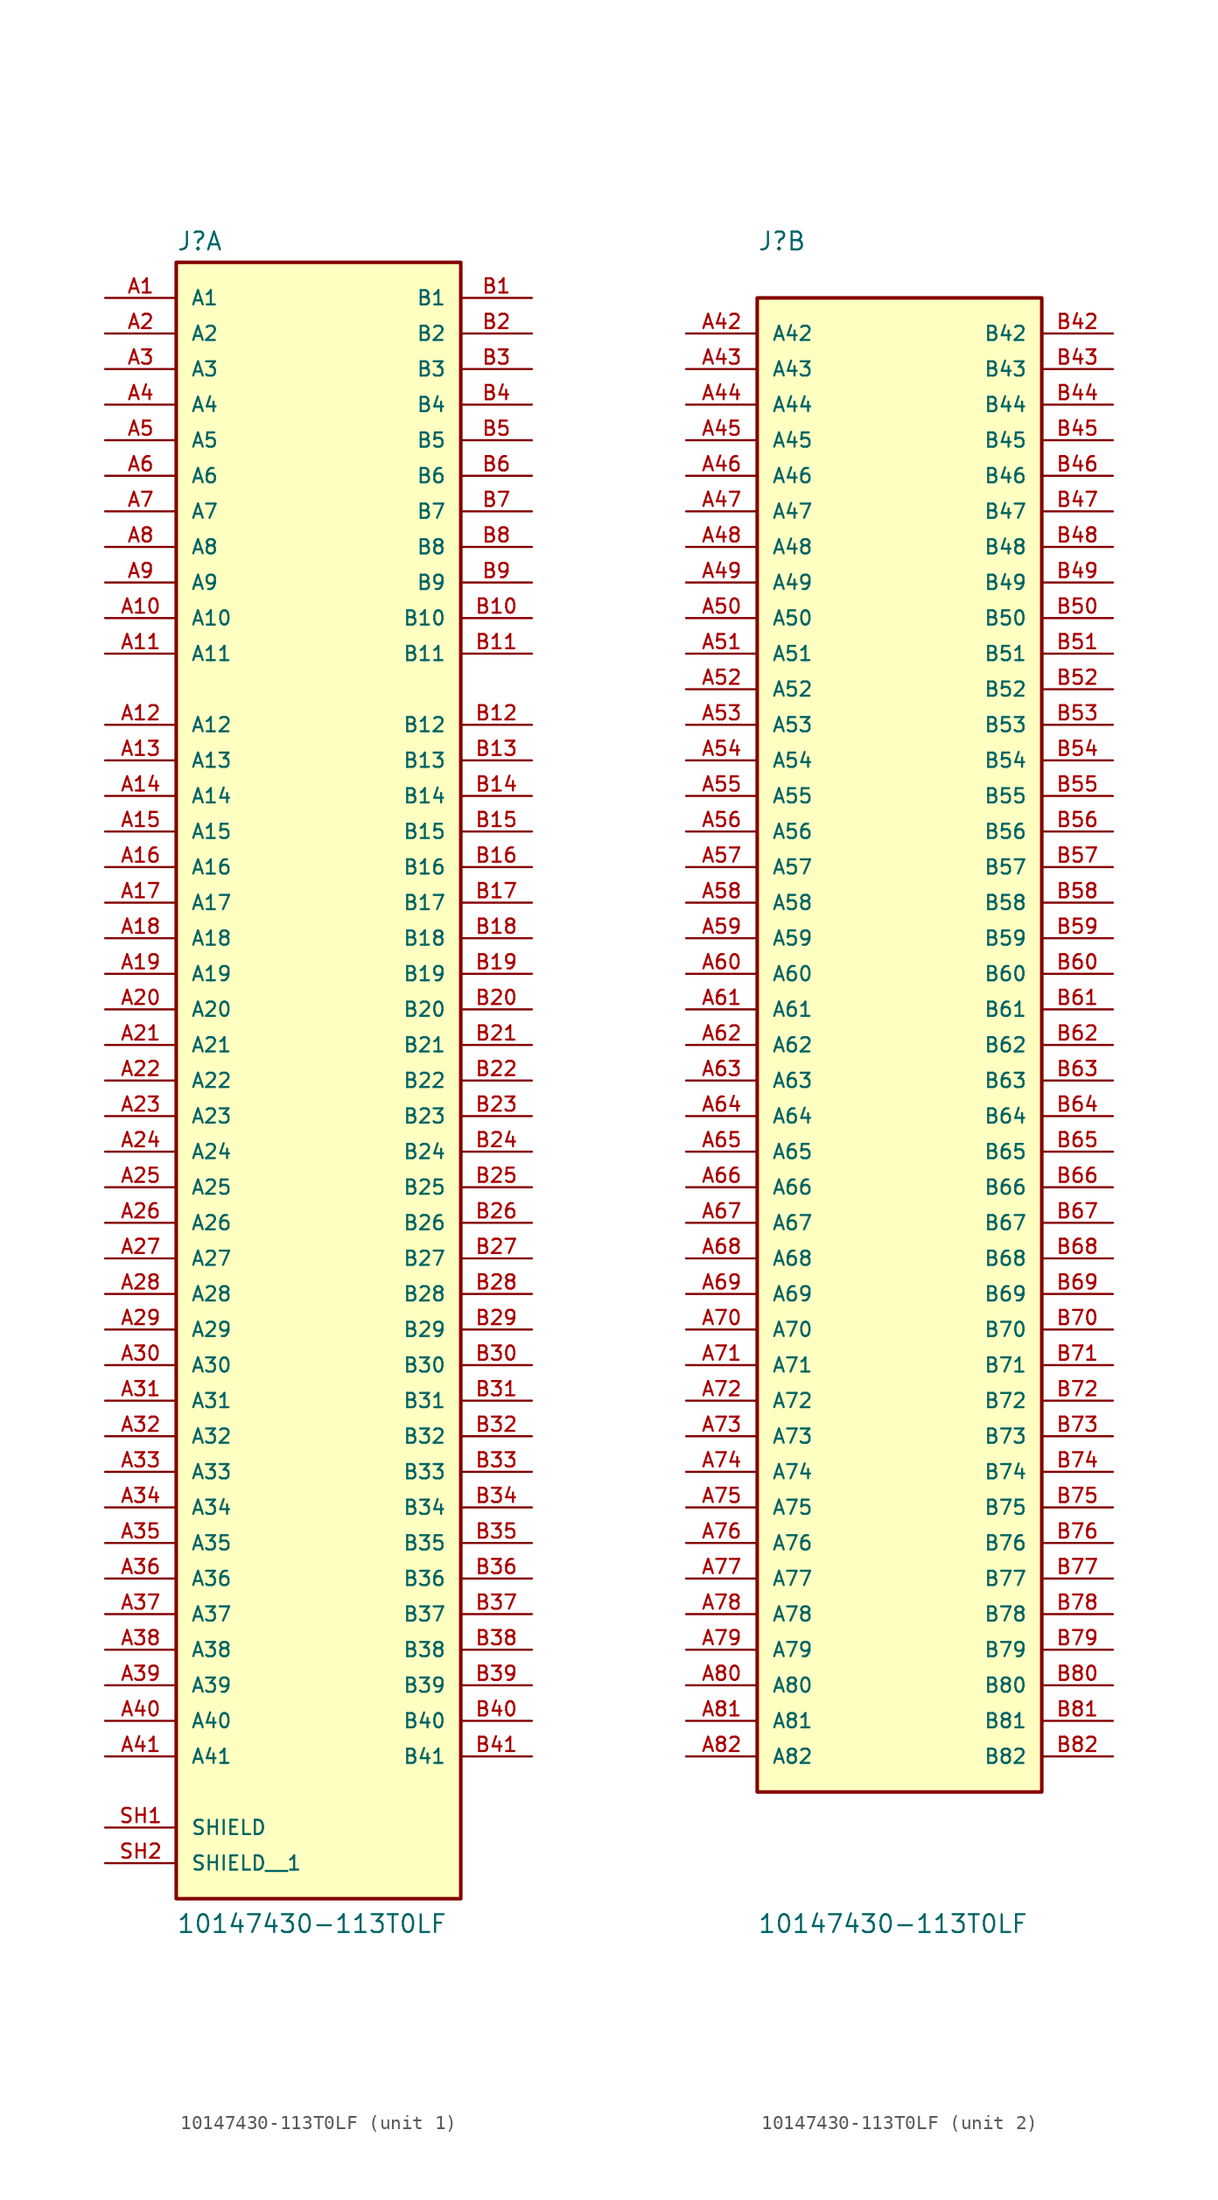
<source format=kicad_sym>
(kicad_symbol_lib
  (version 20231120)
  (generator "kicad_symbol_editor")
  (generator_version "8.0")
  (symbol "10147430-113T0LF"
    (pin_names
      (offset 1.016))
    (property "Reference" "J"
      (at -10.16 56.642 0)
      (effects (font (size 1.27 1.27)) (justify left bottom)))
    (property "Value" "10147430-113T0LF"
      (at -10.16 -63.5 0)
      (effects (font (size 1.27 1.27)) (justify left bottom)))
    (symbol "10147430-113T0LF_1_0"
      (rectangle (start -10.16 -60.96) (end 10.16 55.88) (stroke (width 0.254) (type default)) (fill (type background)))
      (pin passive line (at -15.24 53.34 0) (length 5.08) (name "A1" (effects (font (size 1.016 1.016)))) (number "A1" (effects (font (size 1.016 1.016)))))
      (pin passive line (at -15.24 30.48 0) (length 5.08) (name "A10" (effects (font (size 1.016 1.016)))) (number "A10" (effects (font (size 1.016 1.016)))))
      (pin passive line (at -15.24 27.94 0) (length 5.08) (name "A11" (effects (font (size 1.016 1.016)))) (number "A11" (effects (font (size 1.016 1.016)))))
      (pin passive line (at -15.24 22.86 0) (length 5.08) (name "A12" (effects (font (size 1.016 1.016)))) (number "A12" (effects (font (size 1.016 1.016)))))
      (pin passive line (at -15.24 20.32 0) (length 5.08) (name "A13" (effects (font (size 1.016 1.016)))) (number "A13" (effects (font (size 1.016 1.016)))))
      (pin passive line (at -15.24 17.78 0) (length 5.08) (name "A14" (effects (font (size 1.016 1.016)))) (number "A14" (effects (font (size 1.016 1.016)))))
      (pin passive line (at -15.24 15.24 0) (length 5.08) (name "A15" (effects (font (size 1.016 1.016)))) (number "A15" (effects (font (size 1.016 1.016)))))
      (pin passive line (at -15.24 12.7 0) (length 5.08) (name "A16" (effects (font (size 1.016 1.016)))) (number "A16" (effects (font (size 1.016 1.016)))))
      (pin passive line (at -15.24 10.16 0) (length 5.08) (name "A17" (effects (font (size 1.016 1.016)))) (number "A17" (effects (font (size 1.016 1.016)))))
      (pin passive line (at -15.24 7.62 0) (length 5.08) (name "A18" (effects (font (size 1.016 1.016)))) (number "A18" (effects (font (size 1.016 1.016)))))
      (pin passive line (at -15.24 5.08 0) (length 5.08) (name "A19" (effects (font (size 1.016 1.016)))) (number "A19" (effects (font (size 1.016 1.016)))))
      (pin passive line (at -15.24 50.8 0) (length 5.08) (name "A2" (effects (font (size 1.016 1.016)))) (number "A2" (effects (font (size 1.016 1.016)))))
      (pin passive line (at -15.24 2.54 0) (length 5.08) (name "A20" (effects (font (size 1.016 1.016)))) (number "A20" (effects (font (size 1.016 1.016)))))
      (pin passive line (at -15.24 0 0) (length 5.08) (name "A21" (effects (font (size 1.016 1.016)))) (number "A21" (effects (font (size 1.016 1.016)))))
      (pin passive line (at -15.24 -2.54 0) (length 5.08) (name "A22" (effects (font (size 1.016 1.016)))) (number "A22" (effects (font (size 1.016 1.016)))))
      (pin passive line (at -15.24 -5.08 0) (length 5.08) (name "A23" (effects (font (size 1.016 1.016)))) (number "A23" (effects (font (size 1.016 1.016)))))
      (pin passive line (at -15.24 -7.62 0) (length 5.08) (name "A24" (effects (font (size 1.016 1.016)))) (number "A24" (effects (font (size 1.016 1.016)))))
      (pin passive line (at -15.24 -10.16 0) (length 5.08) (name "A25" (effects (font (size 1.016 1.016)))) (number "A25" (effects (font (size 1.016 1.016)))))
      (pin passive line (at -15.24 -12.7 0) (length 5.08) (name "A26" (effects (font (size 1.016 1.016)))) (number "A26" (effects (font (size 1.016 1.016)))))
      (pin passive line (at -15.24 -15.24 0) (length 5.08) (name "A27" (effects (font (size 1.016 1.016)))) (number "A27" (effects (font (size 1.016 1.016)))))
      (pin passive line (at -15.24 -17.78 0) (length 5.08) (name "A28" (effects (font (size 1.016 1.016)))) (number "A28" (effects (font (size 1.016 1.016)))))
      (pin passive line (at -15.24 -20.32 0) (length 5.08) (name "A29" (effects (font (size 1.016 1.016)))) (number "A29" (effects (font (size 1.016 1.016)))))
      (pin passive line (at -15.24 48.26 0) (length 5.08) (name "A3" (effects (font (size 1.016 1.016)))) (number "A3" (effects (font (size 1.016 1.016)))))
      (pin passive line (at -15.24 -22.86 0) (length 5.08) (name "A30" (effects (font (size 1.016 1.016)))) (number "A30" (effects (font (size 1.016 1.016)))))
      (pin passive line (at -15.24 -25.4 0) (length 5.08) (name "A31" (effects (font (size 1.016 1.016)))) (number "A31" (effects (font (size 1.016 1.016)))))
      (pin passive line (at -15.24 -27.94 0) (length 5.08) (name "A32" (effects (font (size 1.016 1.016)))) (number "A32" (effects (font (size 1.016 1.016)))))
      (pin passive line (at -15.24 -30.48 0) (length 5.08) (name "A33" (effects (font (size 1.016 1.016)))) (number "A33" (effects (font (size 1.016 1.016)))))
      (pin passive line (at -15.24 -33.02 0) (length 5.08) (name "A34" (effects (font (size 1.016 1.016)))) (number "A34" (effects (font (size 1.016 1.016)))))
      (pin passive line (at -15.24 -35.56 0) (length 5.08) (name "A35" (effects (font (size 1.016 1.016)))) (number "A35" (effects (font (size 1.016 1.016)))))
      (pin passive line (at -15.24 -38.1 0) (length 5.08) (name "A36" (effects (font (size 1.016 1.016)))) (number "A36" (effects (font (size 1.016 1.016)))))
      (pin passive line (at -15.24 -40.64 0) (length 5.08) (name "A37" (effects (font (size 1.016 1.016)))) (number "A37" (effects (font (size 1.016 1.016)))))
      (pin passive line (at -15.24 -43.18 0) (length 5.08) (name "A38" (effects (font (size 1.016 1.016)))) (number "A38" (effects (font (size 1.016 1.016)))))
      (pin passive line (at -15.24 -45.72 0) (length 5.08) (name "A39" (effects (font (size 1.016 1.016)))) (number "A39" (effects (font (size 1.016 1.016)))))
      (pin passive line (at -15.24 45.72 0) (length 5.08) (name "A4" (effects (font (size 1.016 1.016)))) (number "A4" (effects (font (size 1.016 1.016)))))
      (pin passive line (at -15.24 -48.26 0) (length 5.08) (name "A40" (effects (font (size 1.016 1.016)))) (number "A40" (effects (font (size 1.016 1.016)))))
      (pin passive line (at -15.24 -50.8 0) (length 5.08) (name "A41" (effects (font (size 1.016 1.016)))) (number "A41" (effects (font (size 1.016 1.016)))))
      (pin passive line (at -15.24 43.18 0) (length 5.08) (name "A5" (effects (font (size 1.016 1.016)))) (number "A5" (effects (font (size 1.016 1.016)))))
      (pin passive line (at -15.24 40.64 0) (length 5.08) (name "A6" (effects (font (size 1.016 1.016)))) (number "A6" (effects (font (size 1.016 1.016)))))
      (pin passive line (at -15.24 38.1 0) (length 5.08) (name "A7" (effects (font (size 1.016 1.016)))) (number "A7" (effects (font (size 1.016 1.016)))))
      (pin passive line (at -15.24 35.56 0) (length 5.08) (name "A8" (effects (font (size 1.016 1.016)))) (number "A8" (effects (font (size 1.016 1.016)))))
      (pin passive line (at -15.24 33.02 0) (length 5.08) (name "A9" (effects (font (size 1.016 1.016)))) (number "A9" (effects (font (size 1.016 1.016)))))
      (pin passive line (at 15.24 53.34 180) (length 5.08) (name "B1" (effects (font (size 1.016 1.016)))) (number "B1" (effects (font (size 1.016 1.016)))))
      (pin passive line (at 15.24 30.48 180) (length 5.08) (name "B10" (effects (font (size 1.016 1.016)))) (number "B10" (effects (font (size 1.016 1.016)))))
      (pin passive line (at 15.24 27.94 180) (length 5.08) (name "B11" (effects (font (size 1.016 1.016)))) (number "B11" (effects (font (size 1.016 1.016)))))
      (pin passive line (at 15.24 22.86 180) (length 5.08) (name "B12" (effects (font (size 1.016 1.016)))) (number "B12" (effects (font (size 1.016 1.016)))))
      (pin passive line (at 15.24 20.32 180) (length 5.08) (name "B13" (effects (font (size 1.016 1.016)))) (number "B13" (effects (font (size 1.016 1.016)))))
      (pin passive line (at 15.24 17.78 180) (length 5.08) (name "B14" (effects (font (size 1.016 1.016)))) (number "B14" (effects (font (size 1.016 1.016)))))
      (pin passive line (at 15.24 15.24 180) (length 5.08) (name "B15" (effects (font (size 1.016 1.016)))) (number "B15" (effects (font (size 1.016 1.016)))))
      (pin passive line (at 15.24 12.7 180) (length 5.08) (name "B16" (effects (font (size 1.016 1.016)))) (number "B16" (effects (font (size 1.016 1.016)))))
      (pin passive line (at 15.24 10.16 180) (length 5.08) (name "B17" (effects (font (size 1.016 1.016)))) (number "B17" (effects (font (size 1.016 1.016)))))
      (pin passive line (at 15.24 7.62 180) (length 5.08) (name "B18" (effects (font (size 1.016 1.016)))) (number "B18" (effects (font (size 1.016 1.016)))))
      (pin passive line (at 15.24 5.08 180) (length 5.08) (name "B19" (effects (font (size 1.016 1.016)))) (number "B19" (effects (font (size 1.016 1.016)))))
      (pin passive line (at 15.24 50.8 180) (length 5.08) (name "B2" (effects (font (size 1.016 1.016)))) (number "B2" (effects (font (size 1.016 1.016)))))
      (pin passive line (at 15.24 2.54 180) (length 5.08) (name "B20" (effects (font (size 1.016 1.016)))) (number "B20" (effects (font (size 1.016 1.016)))))
      (pin passive line (at 15.24 0 180) (length 5.08) (name "B21" (effects (font (size 1.016 1.016)))) (number "B21" (effects (font (size 1.016 1.016)))))
      (pin passive line (at 15.24 -2.54 180) (length 5.08) (name "B22" (effects (font (size 1.016 1.016)))) (number "B22" (effects (font (size 1.016 1.016)))))
      (pin passive line (at 15.24 -5.08 180) (length 5.08) (name "B23" (effects (font (size 1.016 1.016)))) (number "B23" (effects (font (size 1.016 1.016)))))
      (pin passive line (at 15.24 -7.62 180) (length 5.08) (name "B24" (effects (font (size 1.016 1.016)))) (number "B24" (effects (font (size 1.016 1.016)))))
      (pin passive line (at 15.24 -10.16 180) (length 5.08) (name "B25" (effects (font (size 1.016 1.016)))) (number "B25" (effects (font (size 1.016 1.016)))))
      (pin passive line (at 15.24 -12.7 180) (length 5.08) (name "B26" (effects (font (size 1.016 1.016)))) (number "B26" (effects (font (size 1.016 1.016)))))
      (pin passive line (at 15.24 -15.24 180) (length 5.08) (name "B27" (effects (font (size 1.016 1.016)))) (number "B27" (effects (font (size 1.016 1.016)))))
      (pin passive line (at 15.24 -17.78 180) (length 5.08) (name "B28" (effects (font (size 1.016 1.016)))) (number "B28" (effects (font (size 1.016 1.016)))))
      (pin passive line (at 15.24 -20.32 180) (length 5.08) (name "B29" (effects (font (size 1.016 1.016)))) (number "B29" (effects (font (size 1.016 1.016)))))
      (pin passive line (at 15.24 48.26 180) (length 5.08) (name "B3" (effects (font (size 1.016 1.016)))) (number "B3" (effects (font (size 1.016 1.016)))))
      (pin passive line (at 15.24 -22.86 180) (length 5.08) (name "B30" (effects (font (size 1.016 1.016)))) (number "B30" (effects (font (size 1.016 1.016)))))
      (pin passive line (at 15.24 -25.4 180) (length 5.08) (name "B31" (effects (font (size 1.016 1.016)))) (number "B31" (effects (font (size 1.016 1.016)))))
      (pin passive line (at 15.24 -27.94 180) (length 5.08) (name "B32" (effects (font (size 1.016 1.016)))) (number "B32" (effects (font (size 1.016 1.016)))))
      (pin passive line (at 15.24 -30.48 180) (length 5.08) (name "B33" (effects (font (size 1.016 1.016)))) (number "B33" (effects (font (size 1.016 1.016)))))
      (pin passive line (at 15.24 -33.02 180) (length 5.08) (name "B34" (effects (font (size 1.016 1.016)))) (number "B34" (effects (font (size 1.016 1.016)))))
      (pin passive line (at 15.24 -35.56 180) (length 5.08) (name "B35" (effects (font (size 1.016 1.016)))) (number "B35" (effects (font (size 1.016 1.016)))))
      (pin passive line (at 15.24 -38.1 180) (length 5.08) (name "B36" (effects (font (size 1.016 1.016)))) (number "B36" (effects (font (size 1.016 1.016)))))
      (pin passive line (at 15.24 -40.64 180) (length 5.08) (name "B37" (effects (font (size 1.016 1.016)))) (number "B37" (effects (font (size 1.016 1.016)))))
      (pin passive line (at 15.24 -43.18 180) (length 5.08) (name "B38" (effects (font (size 1.016 1.016)))) (number "B38" (effects (font (size 1.016 1.016)))))
      (pin passive line (at 15.24 -45.72 180) (length 5.08) (name "B39" (effects (font (size 1.016 1.016)))) (number "B39" (effects (font (size 1.016 1.016)))))
      (pin passive line (at 15.24 45.72 180) (length 5.08) (name "B4" (effects (font (size 1.016 1.016)))) (number "B4" (effects (font (size 1.016 1.016)))))
      (pin passive line (at 15.24 -48.26 180) (length 5.08) (name "B40" (effects (font (size 1.016 1.016)))) (number "B40" (effects (font (size 1.016 1.016)))))
      (pin passive line (at 15.24 -50.8 180) (length 5.08) (name "B41" (effects (font (size 1.016 1.016)))) (number "B41" (effects (font (size 1.016 1.016)))))
      (pin passive line (at 15.24 43.18 180) (length 5.08) (name "B5" (effects (font (size 1.016 1.016)))) (number "B5" (effects (font (size 1.016 1.016)))))
      (pin passive line (at 15.24 40.64 180) (length 5.08) (name "B6" (effects (font (size 1.016 1.016)))) (number "B6" (effects (font (size 1.016 1.016)))))
      (pin passive line (at 15.24 38.1 180) (length 5.08) (name "B7" (effects (font (size 1.016 1.016)))) (number "B7" (effects (font (size 1.016 1.016)))))
      (pin passive line (at 15.24 35.56 180) (length 5.08) (name "B8" (effects (font (size 1.016 1.016)))) (number "B8" (effects (font (size 1.016 1.016)))))
      (pin passive line (at 15.24 33.02 180) (length 5.08) (name "B9" (effects (font (size 1.016 1.016)))) (number "B9" (effects (font (size 1.016 1.016)))))
      (pin passive line (at -15.24 -55.88 0) (length 5.08) (name "SHIELD" (effects (font (size 1.016 1.016)))) (number "SH1" (effects (font (size 1.016 1.016)))))
      (pin passive line (at -15.24 -58.42 0) (length 5.08) (name "SHIELD__1" (effects (font (size 1.016 1.016)))) (number "SH2" (effects (font (size 1.016 1.016))))))
    (symbol "10147430-113T0LF_2_0"
      (rectangle (start -10.16 -53.34) (end 10.16 53.34) (stroke (width 0.254) (type default)) (fill (type background)))
      (pin passive line (at -15.24 50.8 0) (length 5.08) (name "A42" (effects (font (size 1.016 1.016)))) (number "A42" (effects (font (size 1.016 1.016)))))
      (pin passive line (at -15.24 48.26 0) (length 5.08) (name "A43" (effects (font (size 1.016 1.016)))) (number "A43" (effects (font (size 1.016 1.016)))))
      (pin passive line (at -15.24 45.72 0) (length 5.08) (name "A44" (effects (font (size 1.016 1.016)))) (number "A44" (effects (font (size 1.016 1.016)))))
      (pin passive line (at -15.24 43.18 0) (length 5.08) (name "A45" (effects (font (size 1.016 1.016)))) (number "A45" (effects (font (size 1.016 1.016)))))
      (pin passive line (at -15.24 40.64 0) (length 5.08) (name "A46" (effects (font (size 1.016 1.016)))) (number "A46" (effects (font (size 1.016 1.016)))))
      (pin passive line (at -15.24 38.1 0) (length 5.08) (name "A47" (effects (font (size 1.016 1.016)))) (number "A47" (effects (font (size 1.016 1.016)))))
      (pin passive line (at -15.24 35.56 0) (length 5.08) (name "A48" (effects (font (size 1.016 1.016)))) (number "A48" (effects (font (size 1.016 1.016)))))
      (pin passive line (at -15.24 33.02 0) (length 5.08) (name "A49" (effects (font (size 1.016 1.016)))) (number "A49" (effects (font (size 1.016 1.016)))))
      (pin passive line (at -15.24 30.48 0) (length 5.08) (name "A50" (effects (font (size 1.016 1.016)))) (number "A50" (effects (font (size 1.016 1.016)))))
      (pin passive line (at -15.24 27.94 0) (length 5.08) (name "A51" (effects (font (size 1.016 1.016)))) (number "A51" (effects (font (size 1.016 1.016)))))
      (pin passive line (at -15.24 25.4 0) (length 5.08) (name "A52" (effects (font (size 1.016 1.016)))) (number "A52" (effects (font (size 1.016 1.016)))))
      (pin passive line (at -15.24 22.86 0) (length 5.08) (name "A53" (effects (font (size 1.016 1.016)))) (number "A53" (effects (font (size 1.016 1.016)))))
      (pin passive line (at -15.24 20.32 0) (length 5.08) (name "A54" (effects (font (size 1.016 1.016)))) (number "A54" (effects (font (size 1.016 1.016)))))
      (pin passive line (at -15.24 17.78 0) (length 5.08) (name "A55" (effects (font (size 1.016 1.016)))) (number "A55" (effects (font (size 1.016 1.016)))))
      (pin passive line (at -15.24 15.24 0) (length 5.08) (name "A56" (effects (font (size 1.016 1.016)))) (number "A56" (effects (font (size 1.016 1.016)))))
      (pin passive line (at -15.24 12.7 0) (length 5.08) (name "A57" (effects (font (size 1.016 1.016)))) (number "A57" (effects (font (size 1.016 1.016)))))
      (pin passive line (at -15.24 10.16 0) (length 5.08) (name "A58" (effects (font (size 1.016 1.016)))) (number "A58" (effects (font (size 1.016 1.016)))))
      (pin passive line (at -15.24 7.62 0) (length 5.08) (name "A59" (effects (font (size 1.016 1.016)))) (number "A59" (effects (font (size 1.016 1.016)))))
      (pin passive line (at -15.24 5.08 0) (length 5.08) (name "A60" (effects (font (size 1.016 1.016)))) (number "A60" (effects (font (size 1.016 1.016)))))
      (pin passive line (at -15.24 2.54 0) (length 5.08) (name "A61" (effects (font (size 1.016 1.016)))) (number "A61" (effects (font (size 1.016 1.016)))))
      (pin passive line (at -15.24 0 0) (length 5.08) (name "A62" (effects (font (size 1.016 1.016)))) (number "A62" (effects (font (size 1.016 1.016)))))
      (pin passive line (at -15.24 -2.54 0) (length 5.08) (name "A63" (effects (font (size 1.016 1.016)))) (number "A63" (effects (font (size 1.016 1.016)))))
      (pin passive line (at -15.24 -5.08 0) (length 5.08) (name "A64" (effects (font (size 1.016 1.016)))) (number "A64" (effects (font (size 1.016 1.016)))))
      (pin passive line (at -15.24 -7.62 0) (length 5.08) (name "A65" (effects (font (size 1.016 1.016)))) (number "A65" (effects (font (size 1.016 1.016)))))
      (pin passive line (at -15.24 -10.16 0) (length 5.08) (name "A66" (effects (font (size 1.016 1.016)))) (number "A66" (effects (font (size 1.016 1.016)))))
      (pin passive line (at -15.24 -12.7 0) (length 5.08) (name "A67" (effects (font (size 1.016 1.016)))) (number "A67" (effects (font (size 1.016 1.016)))))
      (pin passive line (at -15.24 -15.24 0) (length 5.08) (name "A68" (effects (font (size 1.016 1.016)))) (number "A68" (effects (font (size 1.016 1.016)))))
      (pin passive line (at -15.24 -17.78 0) (length 5.08) (name "A69" (effects (font (size 1.016 1.016)))) (number "A69" (effects (font (size 1.016 1.016)))))
      (pin passive line (at -15.24 -20.32 0) (length 5.08) (name "A70" (effects (font (size 1.016 1.016)))) (number "A70" (effects (font (size 1.016 1.016)))))
      (pin passive line (at -15.24 -22.86 0) (length 5.08) (name "A71" (effects (font (size 1.016 1.016)))) (number "A71" (effects (font (size 1.016 1.016)))))
      (pin passive line (at -15.24 -25.4 0) (length 5.08) (name "A72" (effects (font (size 1.016 1.016)))) (number "A72" (effects (font (size 1.016 1.016)))))
      (pin passive line (at -15.24 -27.94 0) (length 5.08) (name "A73" (effects (font (size 1.016 1.016)))) (number "A73" (effects (font (size 1.016 1.016)))))
      (pin passive line (at -15.24 -30.48 0) (length 5.08) (name "A74" (effects (font (size 1.016 1.016)))) (number "A74" (effects (font (size 1.016 1.016)))))
      (pin passive line (at -15.24 -33.02 0) (length 5.08) (name "A75" (effects (font (size 1.016 1.016)))) (number "A75" (effects (font (size 1.016 1.016)))))
      (pin passive line (at -15.24 -35.56 0) (length 5.08) (name "A76" (effects (font (size 1.016 1.016)))) (number "A76" (effects (font (size 1.016 1.016)))))
      (pin passive line (at -15.24 -38.1 0) (length 5.08) (name "A77" (effects (font (size 1.016 1.016)))) (number "A77" (effects (font (size 1.016 1.016)))))
      (pin passive line (at -15.24 -40.64 0) (length 5.08) (name "A78" (effects (font (size 1.016 1.016)))) (number "A78" (effects (font (size 1.016 1.016)))))
      (pin passive line (at -15.24 -43.18 0) (length 5.08) (name "A79" (effects (font (size 1.016 1.016)))) (number "A79" (effects (font (size 1.016 1.016)))))
      (pin passive line (at -15.24 -45.72 0) (length 5.08) (name "A80" (effects (font (size 1.016 1.016)))) (number "A80" (effects (font (size 1.016 1.016)))))
      (pin passive line (at -15.24 -48.26 0) (length 5.08) (name "A81" (effects (font (size 1.016 1.016)))) (number "A81" (effects (font (size 1.016 1.016)))))
      (pin passive line (at -15.24 -50.8 0) (length 5.08) (name "A82" (effects (font (size 1.016 1.016)))) (number "A82" (effects (font (size 1.016 1.016)))))
      (pin passive line (at 15.24 50.8 180) (length 5.08) (name "B42" (effects (font (size 1.016 1.016)))) (number "B42" (effects (font (size 1.016 1.016)))))
      (pin passive line (at 15.24 48.26 180) (length 5.08) (name "B43" (effects (font (size 1.016 1.016)))) (number "B43" (effects (font (size 1.016 1.016)))))
      (pin passive line (at 15.24 45.72 180) (length 5.08) (name "B44" (effects (font (size 1.016 1.016)))) (number "B44" (effects (font (size 1.016 1.016)))))
      (pin passive line (at 15.24 43.18 180) (length 5.08) (name "B45" (effects (font (size 1.016 1.016)))) (number "B45" (effects (font (size 1.016 1.016)))))
      (pin passive line (at 15.24 40.64 180) (length 5.08) (name "B46" (effects (font (size 1.016 1.016)))) (number "B46" (effects (font (size 1.016 1.016)))))
      (pin passive line (at 15.24 38.1 180) (length 5.08) (name "B47" (effects (font (size 1.016 1.016)))) (number "B47" (effects (font (size 1.016 1.016)))))
      (pin passive line (at 15.24 35.56 180) (length 5.08) (name "B48" (effects (font (size 1.016 1.016)))) (number "B48" (effects (font (size 1.016 1.016)))))
      (pin passive line (at 15.24 33.02 180) (length 5.08) (name "B49" (effects (font (size 1.016 1.016)))) (number "B49" (effects (font (size 1.016 1.016)))))
      (pin passive line (at 15.24 30.48 180) (length 5.08) (name "B50" (effects (font (size 1.016 1.016)))) (number "B50" (effects (font (size 1.016 1.016)))))
      (pin passive line (at 15.24 27.94 180) (length 5.08) (name "B51" (effects (font (size 1.016 1.016)))) (number "B51" (effects (font (size 1.016 1.016)))))
      (pin passive line (at 15.24 25.4 180) (length 5.08) (name "B52" (effects (font (size 1.016 1.016)))) (number "B52" (effects (font (size 1.016 1.016)))))
      (pin passive line (at 15.24 22.86 180) (length 5.08) (name "B53" (effects (font (size 1.016 1.016)))) (number "B53" (effects (font (size 1.016 1.016)))))
      (pin passive line (at 15.24 20.32 180) (length 5.08) (name "B54" (effects (font (size 1.016 1.016)))) (number "B54" (effects (font (size 1.016 1.016)))))
      (pin passive line (at 15.24 17.78 180) (length 5.08) (name "B55" (effects (font (size 1.016 1.016)))) (number "B55" (effects (font (size 1.016 1.016)))))
      (pin passive line (at 15.24 15.24 180) (length 5.08) (name "B56" (effects (font (size 1.016 1.016)))) (number "B56" (effects (font (size 1.016 1.016)))))
      (pin passive line (at 15.24 12.7 180) (length 5.08) (name "B57" (effects (font (size 1.016 1.016)))) (number "B57" (effects (font (size 1.016 1.016)))))
      (pin passive line (at 15.24 10.16 180) (length 5.08) (name "B58" (effects (font (size 1.016 1.016)))) (number "B58" (effects (font (size 1.016 1.016)))))
      (pin passive line (at 15.24 7.62 180) (length 5.08) (name "B59" (effects (font (size 1.016 1.016)))) (number "B59" (effects (font (size 1.016 1.016)))))
      (pin passive line (at 15.24 5.08 180) (length 5.08) (name "B60" (effects (font (size 1.016 1.016)))) (number "B60" (effects (font (size 1.016 1.016)))))
      (pin passive line (at 15.24 2.54 180) (length 5.08) (name "B61" (effects (font (size 1.016 1.016)))) (number "B61" (effects (font (size 1.016 1.016)))))
      (pin passive line (at 15.24 0 180) (length 5.08) (name "B62" (effects (font (size 1.016 1.016)))) (number "B62" (effects (font (size 1.016 1.016)))))
      (pin passive line (at 15.24 -2.54 180) (length 5.08) (name "B63" (effects (font (size 1.016 1.016)))) (number "B63" (effects (font (size 1.016 1.016)))))
      (pin passive line (at 15.24 -5.08 180) (length 5.08) (name "B64" (effects (font (size 1.016 1.016)))) (number "B64" (effects (font (size 1.016 1.016)))))
      (pin passive line (at 15.24 -7.62 180) (length 5.08) (name "B65" (effects (font (size 1.016 1.016)))) (number "B65" (effects (font (size 1.016 1.016)))))
      (pin passive line (at 15.24 -10.16 180) (length 5.08) (name "B66" (effects (font (size 1.016 1.016)))) (number "B66" (effects (font (size 1.016 1.016)))))
      (pin passive line (at 15.24 -12.7 180) (length 5.08) (name "B67" (effects (font (size 1.016 1.016)))) (number "B67" (effects (font (size 1.016 1.016)))))
      (pin passive line (at 15.24 -15.24 180) (length 5.08) (name "B68" (effects (font (size 1.016 1.016)))) (number "B68" (effects (font (size 1.016 1.016)))))
      (pin passive line (at 15.24 -17.78 180) (length 5.08) (name "B69" (effects (font (size 1.016 1.016)))) (number "B69" (effects (font (size 1.016 1.016)))))
      (pin passive line (at 15.24 -20.32 180) (length 5.08) (name "B70" (effects (font (size 1.016 1.016)))) (number "B70" (effects (font (size 1.016 1.016)))))
      (pin passive line (at 15.24 -22.86 180) (length 5.08) (name "B71" (effects (font (size 1.016 1.016)))) (number "B71" (effects (font (size 1.016 1.016)))))
      (pin passive line (at 15.24 -25.4 180) (length 5.08) (name "B72" (effects (font (size 1.016 1.016)))) (number "B72" (effects (font (size 1.016 1.016)))))
      (pin passive line (at 15.24 -27.94 180) (length 5.08) (name "B73" (effects (font (size 1.016 1.016)))) (number "B73" (effects (font (size 1.016 1.016)))))
      (pin passive line (at 15.24 -30.48 180) (length 5.08) (name "B74" (effects (font (size 1.016 1.016)))) (number "B74" (effects (font (size 1.016 1.016)))))
      (pin passive line (at 15.24 -33.02 180) (length 5.08) (name "B75" (effects (font (size 1.016 1.016)))) (number "B75" (effects (font (size 1.016 1.016)))))
      (pin passive line (at 15.24 -35.56 180) (length 5.08) (name "B76" (effects (font (size 1.016 1.016)))) (number "B76" (effects (font (size 1.016 1.016)))))
      (pin passive line (at 15.24 -38.1 180) (length 5.08) (name "B77" (effects (font (size 1.016 1.016)))) (number "B77" (effects (font (size 1.016 1.016)))))
      (pin passive line (at 15.24 -40.64 180) (length 5.08) (name "B78" (effects (font (size 1.016 1.016)))) (number "B78" (effects (font (size 1.016 1.016)))))
      (pin passive line (at 15.24 -43.18 180) (length 5.08) (name "B79" (effects (font (size 1.016 1.016)))) (number "B79" (effects (font (size 1.016 1.016)))))
      (pin passive line (at 15.24 -45.72 180) (length 5.08) (name "B80" (effects (font (size 1.016 1.016)))) (number "B80" (effects (font (size 1.016 1.016)))))
      (pin passive line (at 15.24 -48.26 180) (length 5.08) (name "B81" (effects (font (size 1.016 1.016)))) (number "B81" (effects (font (size 1.016 1.016)))))
      (pin passive line (at 15.24 -50.8 180) (length 5.08) (name "B82" (effects (font (size 1.016 1.016)))) (number "B82" (effects (font (size 1.016 1.016))))))))
</source>
